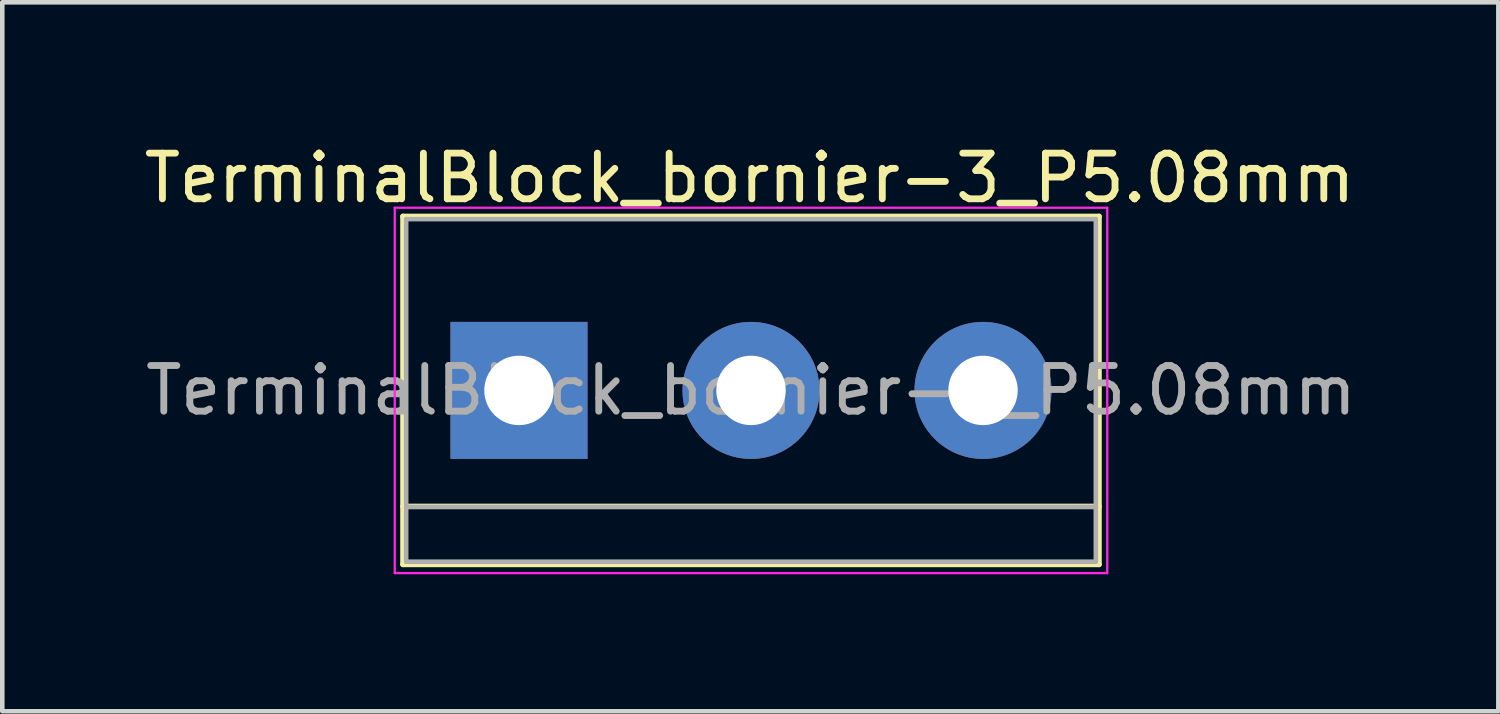
<source format=kicad_pcb>
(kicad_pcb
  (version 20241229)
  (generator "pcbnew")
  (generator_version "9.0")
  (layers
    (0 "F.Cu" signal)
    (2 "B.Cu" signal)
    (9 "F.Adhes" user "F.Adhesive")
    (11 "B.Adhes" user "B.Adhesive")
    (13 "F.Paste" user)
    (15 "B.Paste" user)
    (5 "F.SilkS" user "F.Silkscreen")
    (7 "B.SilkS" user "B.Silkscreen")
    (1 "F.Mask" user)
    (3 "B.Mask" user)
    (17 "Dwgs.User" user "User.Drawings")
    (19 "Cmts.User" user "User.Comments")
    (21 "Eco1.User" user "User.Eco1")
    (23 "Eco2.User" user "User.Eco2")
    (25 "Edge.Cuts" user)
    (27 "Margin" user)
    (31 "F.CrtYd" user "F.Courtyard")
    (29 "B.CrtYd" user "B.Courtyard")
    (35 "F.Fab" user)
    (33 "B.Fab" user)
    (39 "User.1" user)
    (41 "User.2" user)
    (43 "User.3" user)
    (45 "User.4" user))
  (footprint "TerminalBlock_bornier-3_P5.08mm"
    (layer "F.Cu")
    (at 8.313 5.498)
    (property "Reference" "TerminalBlock_bornier-3_P5.08mm" (at 5.05 -4.65 0) (layer "F.SilkS") (effects (font (size 1 1) (thickness 0.15))))
    (attr through_hole)
    (fp_line (start -2.54 -3.81) (end 12.7 -3.81) (stroke (width 0.12) (type solid)) (layer "F.SilkS"))
    (fp_line (start -2.54 2.54) (end 12.7 2.54) (stroke (width 0.12) (type solid)) (layer "F.SilkS"))
    (fp_line (start -2.54 3.81) (end -2.54 -3.81) (stroke (width 0.12) (type solid)) (layer "F.SilkS"))
    (fp_line (start -2.54 3.81) (end 12.7 3.81) (stroke (width 0.12) (type solid)) (layer "F.SilkS"))
    (fp_line (start 12.7 3.81) (end 12.7 -3.81) (stroke (width 0.12) (type solid)) (layer "F.SilkS"))
    (fp_line (start -2.72 -4) (end -2.72 4) (stroke (width 0.05) (type solid)) (layer "F.CrtYd"))
    (fp_line (start -2.72 -4) (end 12.88 -4) (stroke (width 0.05) (type solid)) (layer "F.CrtYd"))
    (fp_line (start 12.88 4) (end -2.72 4) (stroke (width 0.05) (type solid)) (layer "F.CrtYd"))
    (fp_line (start 12.88 4) (end 12.88 -4) (stroke (width 0.05) (type solid)) (layer "F.CrtYd"))
    (fp_line (start -2.47 -3.75) (end 12.63 -3.75) (stroke (width 0.1) (type solid)) (layer "F.Fab"))
    (fp_line (start -2.47 2.55) (end 12.63 2.55) (stroke (width 0.1) (type solid)) (layer "F.Fab"))
    (fp_line (start -2.47 3.75) (end -2.47 -3.75) (stroke (width 0.1) (type solid)) (layer "F.Fab"))
    (fp_line (start 12.63 -3.75) (end 12.63 3.75) (stroke (width 0.1) (type solid)) (layer "F.Fab"))
    (fp_line (start 12.63 3.75) (end -2.47 3.75) (stroke (width 0.1) (type solid)) (layer "F.Fab"))
    (fp_text user "${REFERENCE}" (at 5.08 0 0) (layer "F.Fab") (effects (font (size 1 1) (thickness 0.15))))
    (pad "1" thru_hole rect (at 0 0) (size 3 3) (drill 1.52) (layers "*.Cu" "*.Mask"))
    (pad "2" thru_hole circle (at 5.08 0) (size 3 3) (drill 1.52) (layers "*.Cu" "*.Mask"))
    (pad "3" thru_hole circle (at 10.16 0) (size 3 3) (drill 1.52) (layers "*.Cu" "*.Mask")))
  (gr_rect
    (start -3 -3)
    (end 29.756 12.523)
    (stroke (width 0.1) (type default))
    (fill no)
    (layer "Edge.Cuts")))
</source>
